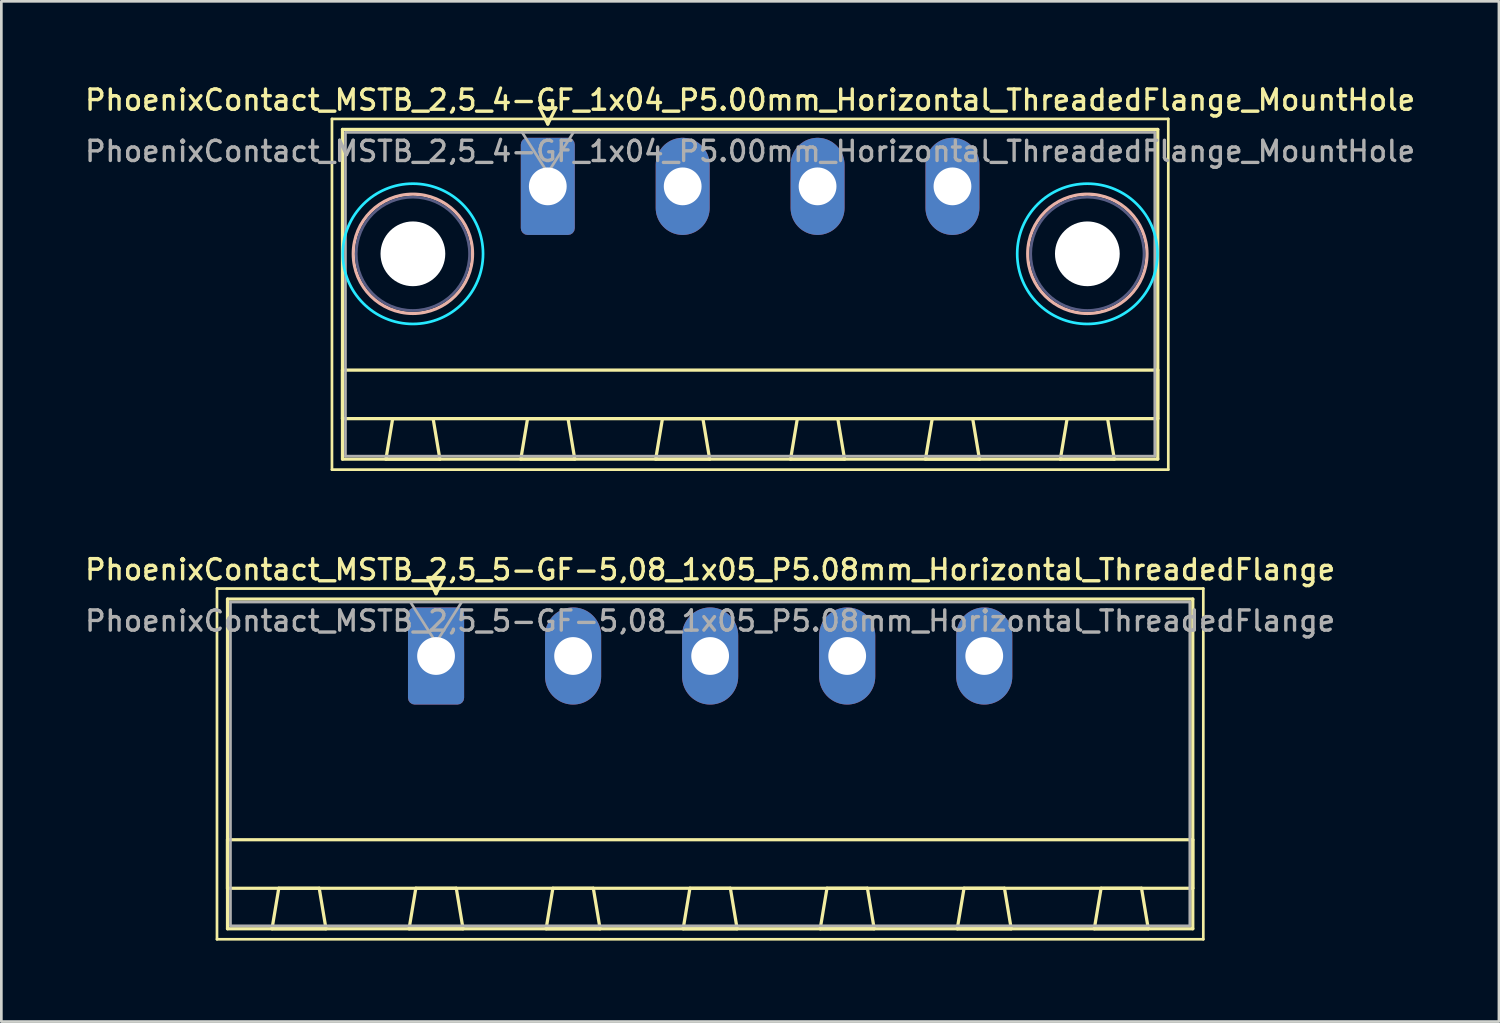
<source format=kicad_pcb>
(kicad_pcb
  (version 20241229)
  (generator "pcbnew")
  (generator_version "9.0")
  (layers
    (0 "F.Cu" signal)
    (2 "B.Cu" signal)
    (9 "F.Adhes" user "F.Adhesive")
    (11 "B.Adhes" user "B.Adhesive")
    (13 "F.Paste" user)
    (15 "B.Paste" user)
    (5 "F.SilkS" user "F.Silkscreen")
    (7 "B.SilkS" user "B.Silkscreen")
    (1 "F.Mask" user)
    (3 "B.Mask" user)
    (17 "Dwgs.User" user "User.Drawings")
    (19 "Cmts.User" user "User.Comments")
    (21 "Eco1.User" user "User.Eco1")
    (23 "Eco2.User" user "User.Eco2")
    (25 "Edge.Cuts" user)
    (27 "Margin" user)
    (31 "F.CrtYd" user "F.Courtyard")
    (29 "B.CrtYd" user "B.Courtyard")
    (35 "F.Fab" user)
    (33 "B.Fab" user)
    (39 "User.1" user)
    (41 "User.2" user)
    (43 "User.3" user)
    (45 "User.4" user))
  (footprint "PhoenixContact_MSTB_2,5_4-GF_1x04_P5.00mm_Horizontal_ThreadedFlange_MountHole"
    (layer "F.Cu")
    (at 17.255 3.858)
    (property "Reference" "PhoenixContact_MSTB_2,5_4-GF_1x04_P5.00mm_Horizontal_ThreadedFlange_MountHole" (at 7.5 -3.2 0) (layer "F.SilkS") (effects (font (size 0.75 0.75) (thickness 0.125))))
    (attr through_hole)
    (fp_line (start -8 -2.5) (end -8 10.5) (stroke (width 0.1) (type solid)) (layer "F.SilkS"))
    (fp_line (start -8 10.5) (end 23 10.5) (stroke (width 0.1) (type solid)) (layer "F.SilkS"))
    (fp_line (start -7.61 -2.11) (end -7.61 10.11) (stroke (width 0.12) (type solid)) (layer "F.SilkS"))
    (fp_line (start -7.61 6.81) (end 22.61 6.81) (stroke (width 0.12) (type solid)) (layer "F.SilkS"))
    (fp_line (start -7.61 8.61) (end -7.61 6.81) (stroke (width 0.12) (type solid)) (layer "F.SilkS"))
    (fp_line (start -7.61 10.11) (end 22.61 10.11) (stroke (width 0.12) (type solid)) (layer "F.SilkS"))
    (fp_line (start -6 10.11) (end -4 10.11) (stroke (width 0.12) (type solid)) (layer "F.SilkS"))
    (fp_line (start -5.75 8.61) (end -6 10.11) (stroke (width 0.12) (type solid)) (layer "F.SilkS"))
    (fp_line (start -4.25 8.61) (end -5.75 8.61) (stroke (width 0.12) (type solid)) (layer "F.SilkS"))
    (fp_line (start -4 10.11) (end -4.25 8.61) (stroke (width 0.12) (type solid)) (layer "F.SilkS"))
    (fp_line (start -1 10.11) (end 1 10.11) (stroke (width 0.12) (type solid)) (layer "F.SilkS"))
    (fp_line (start -0.75 8.61) (end -1 10.11) (stroke (width 0.12) (type solid)) (layer "F.SilkS"))
    (fp_line (start -0.3 -2.91) (end 0.3 -2.91) (stroke (width 0.12) (type solid)) (layer "F.SilkS"))
    (fp_line (start 0 -2.31) (end -0.3 -2.91) (stroke (width 0.12) (type solid)) (layer "F.SilkS"))
    (fp_line (start 0.3 -2.91) (end 0 -2.31) (stroke (width 0.12) (type solid)) (layer "F.SilkS"))
    (fp_line (start 0.75 8.61) (end -0.75 8.61) (stroke (width 0.12) (type solid)) (layer "F.SilkS"))
    (fp_line (start 1 10.11) (end 0.75 8.61) (stroke (width 0.12) (type solid)) (layer "F.SilkS"))
    (fp_line (start 4 10.11) (end 6 10.11) (stroke (width 0.12) (type solid)) (layer "F.SilkS"))
    (fp_line (start 4.25 8.61) (end 4 10.11) (stroke (width 0.12) (type solid)) (layer "F.SilkS"))
    (fp_line (start 5.75 8.61) (end 4.25 8.61) (stroke (width 0.12) (type solid)) (layer "F.SilkS"))
    (fp_line (start 6 10.11) (end 5.75 8.61) (stroke (width 0.12) (type solid)) (layer "F.SilkS"))
    (fp_line (start 9 10.11) (end 11 10.11) (stroke (width 0.12) (type solid)) (layer "F.SilkS"))
    (fp_line (start 9.25 8.61) (end 9 10.11) (stroke (width 0.12) (type solid)) (layer "F.SilkS"))
    (fp_line (start 10.75 8.61) (end 9.25 8.61) (stroke (width 0.12) (type solid)) (layer "F.SilkS"))
    (fp_line (start 11 10.11) (end 10.75 8.61) (stroke (width 0.12) (type solid)) (layer "F.SilkS"))
    (fp_line (start 14 10.11) (end 16 10.11) (stroke (width 0.12) (type solid)) (layer "F.SilkS"))
    (fp_line (start 14.25 8.61) (end 14 10.11) (stroke (width 0.12) (type solid)) (layer "F.SilkS"))
    (fp_line (start 15.75 8.61) (end 14.25 8.61) (stroke (width 0.12) (type solid)) (layer "F.SilkS"))
    (fp_line (start 16 10.11) (end 15.75 8.61) (stroke (width 0.12) (type solid)) (layer "F.SilkS"))
    (fp_line (start 19 10.11) (end 21 10.11) (stroke (width 0.12) (type solid)) (layer "F.SilkS"))
    (fp_line (start 19.25 8.61) (end 19 10.11) (stroke (width 0.12) (type solid)) (layer "F.SilkS"))
    (fp_line (start 20.75 8.61) (end 19.25 8.61) (stroke (width 0.12) (type solid)) (layer "F.SilkS"))
    (fp_line (start 21 10.11) (end 20.75 8.61) (stroke (width 0.12) (type solid)) (layer "F.SilkS"))
    (fp_line (start 22.61 -2.11) (end -7.61 -2.11) (stroke (width 0.12) (type solid)) (layer "F.SilkS"))
    (fp_line (start 22.61 6.81) (end 22.61 8.61) (stroke (width 0.12) (type solid)) (layer "F.SilkS"))
    (fp_line (start 22.61 8.61) (end -7.61 8.61) (stroke (width 0.12) (type solid)) (layer "F.SilkS"))
    (fp_line (start 22.61 10.11) (end 22.61 -2.11) (stroke (width 0.12) (type solid)) (layer "F.SilkS"))
    (fp_line (start 23 -2.5) (end -8 -2.5) (stroke (width 0.1) (type solid)) (layer "F.SilkS"))
    (fp_line (start 23 10.5) (end 23 -2.5) (stroke (width 0.1) (type solid)) (layer "F.SilkS"))
    (fp_circle (center -5 2.5) (end -2.79 2.5) (stroke (width 0.12) (type solid)) (fill no) (layer "B.SilkS"))
    (fp_circle (center 20 2.5) (end 22.21 2.5) (stroke (width 0.12) (type solid)) (fill no) (layer "B.SilkS"))
    (fp_circle (center -5 2.5) (end -2.4 2.5) (stroke (width 0.1) (type solid)) (fill no) (layer "B.CrtYd"))
    (fp_circle (center 20 2.5) (end 22.6 2.5) (stroke (width 0.1) (type solid)) (fill no) (layer "B.CrtYd"))
    (fp_circle (center -5 2.5) (end -2.9 2.5) (stroke (width 0.1) (type solid)) (fill no) (layer "B.Fab"))
    (fp_circle (center 20 2.5) (end 22.1 2.5) (stroke (width 0.1) (type solid)) (fill no) (layer "B.Fab"))
    (fp_line (start -7.5 -2) (end -7.5 10) (stroke (width 0.1) (type solid)) (layer "F.Fab"))
    (fp_line (start -7.5 10) (end 22.5 10) (stroke (width 0.1) (type solid)) (layer "F.Fab"))
    (fp_line (start 0 -0.5) (end -0.95 -2) (stroke (width 0.1) (type solid)) (layer "F.Fab"))
    (fp_line (start 0.95 -2) (end 0 -0.5) (stroke (width 0.1) (type solid)) (layer "F.Fab"))
    (fp_line (start 22.5 -2) (end -7.5 -2) (stroke (width 0.1) (type solid)) (layer "F.Fab"))
    (fp_line (start 22.5 10) (end 22.5 -2) (stroke (width 0.1) (type solid)) (layer "F.Fab"))
    (fp_text user "${REFERENCE}" (at 7.5 -1.3 0) (layer "F.Fab") (effects (font (size 0.75 0.75) (thickness 0.125))))
    (pad "" np_thru_hole circle (at -5 2.5) (size 2.4 2.4) (drill 2.4) (layers "*.Cu" "*.Mask"))
    (pad "" np_thru_hole circle (at 20 2.5) (size 2.4 2.4) (drill 2.4) (layers "*.Cu" "*.Mask"))
    (pad "1" thru_hole roundrect (at 0 0) (size 2 3.6) (drill 1.4) (layers "*.Cu" "*.Mask") (roundrect_rratio 0.125))
    (pad "2" thru_hole oval (at 5 0) (size 2 3.6) (drill 1.4) (layers "*.Cu" "*.Mask"))
    (pad "3" thru_hole oval (at 10 0) (size 2 3.6) (drill 1.4) (layers "*.Cu" "*.Mask"))
    (pad "4" thru_hole oval (at 15 0) (size 2 3.6) (drill 1.4) (layers "*.Cu" "*.Mask")))
  (footprint "PhoenixContact_MSTB_2,5_5-GF-5,08_1x05_P5.08mm_Horizontal_ThreadedFlange"
    (layer "F.Cu")
    (at 13.113 21.266)
    (property "Reference" "PhoenixContact_MSTB_2,5_5-GF-5,08_1x05_P5.08mm_Horizontal_ThreadedFlange" (at 10.16 -3.2 0) (layer "F.SilkS") (effects (font (size 0.75 0.75) (thickness 0.125))))
    (attr through_hole)
    (fp_line (start -8.12 -2.5) (end -8.12 10.5) (stroke (width 0.1) (type solid)) (layer "F.SilkS"))
    (fp_line (start -8.12 10.5) (end 28.44 10.5) (stroke (width 0.1) (type solid)) (layer "F.SilkS"))
    (fp_line (start -7.73 -2.11) (end -7.73 10.11) (stroke (width 0.12) (type solid)) (layer "F.SilkS"))
    (fp_line (start -7.73 6.81) (end 28.05 6.81) (stroke (width 0.12) (type solid)) (layer "F.SilkS"))
    (fp_line (start -7.73 8.61) (end -7.73 6.81) (stroke (width 0.12) (type solid)) (layer "F.SilkS"))
    (fp_line (start -7.73 10.11) (end 28.05 10.11) (stroke (width 0.12) (type solid)) (layer "F.SilkS"))
    (fp_line (start -6.08 10.11) (end -4.08 10.11) (stroke (width 0.12) (type solid)) (layer "F.SilkS"))
    (fp_line (start -5.83 8.61) (end -6.08 10.11) (stroke (width 0.12) (type solid)) (layer "F.SilkS"))
    (fp_line (start -4.33 8.61) (end -5.83 8.61) (stroke (width 0.12) (type solid)) (layer "F.SilkS"))
    (fp_line (start -4.08 10.11) (end -4.33 8.61) (stroke (width 0.12) (type solid)) (layer "F.SilkS"))
    (fp_line (start -1 10.11) (end 1 10.11) (stroke (width 0.12) (type solid)) (layer "F.SilkS"))
    (fp_line (start -0.75 8.61) (end -1 10.11) (stroke (width 0.12) (type solid)) (layer "F.SilkS"))
    (fp_line (start -0.3 -2.91) (end 0.3 -2.91) (stroke (width 0.12) (type solid)) (layer "F.SilkS"))
    (fp_line (start 0 -2.31) (end -0.3 -2.91) (stroke (width 0.12) (type solid)) (layer "F.SilkS"))
    (fp_line (start 0.3 -2.91) (end 0 -2.31) (stroke (width 0.12) (type solid)) (layer "F.SilkS"))
    (fp_line (start 0.75 8.61) (end -0.75 8.61) (stroke (width 0.12) (type solid)) (layer "F.SilkS"))
    (fp_line (start 1 10.11) (end 0.75 8.61) (stroke (width 0.12) (type solid)) (layer "F.SilkS"))
    (fp_line (start 4.08 10.11) (end 6.08 10.11) (stroke (width 0.12) (type solid)) (layer "F.SilkS"))
    (fp_line (start 4.33 8.61) (end 4.08 10.11) (stroke (width 0.12) (type solid)) (layer "F.SilkS"))
    (fp_line (start 5.83 8.61) (end 4.33 8.61) (stroke (width 0.12) (type solid)) (layer "F.SilkS"))
    (fp_line (start 6.08 10.11) (end 5.83 8.61) (stroke (width 0.12) (type solid)) (layer "F.SilkS"))
    (fp_line (start 9.16 10.11) (end 11.16 10.11) (stroke (width 0.12) (type solid)) (layer "F.SilkS"))
    (fp_line (start 9.41 8.61) (end 9.16 10.11) (stroke (width 0.12) (type solid)) (layer "F.SilkS"))
    (fp_line (start 10.91 8.61) (end 9.41 8.61) (stroke (width 0.12) (type solid)) (layer "F.SilkS"))
    (fp_line (start 11.16 10.11) (end 10.91 8.61) (stroke (width 0.12) (type solid)) (layer "F.SilkS"))
    (fp_line (start 14.24 10.11) (end 16.24 10.11) (stroke (width 0.12) (type solid)) (layer "F.SilkS"))
    (fp_line (start 14.49 8.61) (end 14.24 10.11) (stroke (width 0.12) (type solid)) (layer "F.SilkS"))
    (fp_line (start 15.99 8.61) (end 14.49 8.61) (stroke (width 0.12) (type solid)) (layer "F.SilkS"))
    (fp_line (start 16.24 10.11) (end 15.99 8.61) (stroke (width 0.12) (type solid)) (layer "F.SilkS"))
    (fp_line (start 19.32 10.11) (end 21.32 10.11) (stroke (width 0.12) (type solid)) (layer "F.SilkS"))
    (fp_line (start 19.57 8.61) (end 19.32 10.11) (stroke (width 0.12) (type solid)) (layer "F.SilkS"))
    (fp_line (start 21.07 8.61) (end 19.57 8.61) (stroke (width 0.12) (type solid)) (layer "F.SilkS"))
    (fp_line (start 21.32 10.11) (end 21.07 8.61) (stroke (width 0.12) (type solid)) (layer "F.SilkS"))
    (fp_line (start 24.4 10.11) (end 26.4 10.11) (stroke (width 0.12) (type solid)) (layer "F.SilkS"))
    (fp_line (start 24.65 8.61) (end 24.4 10.11) (stroke (width 0.12) (type solid)) (layer "F.SilkS"))
    (fp_line (start 26.15 8.61) (end 24.65 8.61) (stroke (width 0.12) (type solid)) (layer "F.SilkS"))
    (fp_line (start 26.4 10.11) (end 26.15 8.61) (stroke (width 0.12) (type solid)) (layer "F.SilkS"))
    (fp_line (start 28.05 -2.11) (end -7.73 -2.11) (stroke (width 0.12) (type solid)) (layer "F.SilkS"))
    (fp_line (start 28.05 6.81) (end 28.05 8.61) (stroke (width 0.12) (type solid)) (layer "F.SilkS"))
    (fp_line (start 28.05 8.61) (end -7.73 8.61) (stroke (width 0.12) (type solid)) (layer "F.SilkS"))
    (fp_line (start 28.05 10.11) (end 28.05 -2.11) (stroke (width 0.12) (type solid)) (layer "F.SilkS"))
    (fp_line (start 28.44 -2.5) (end -8.12 -2.5) (stroke (width 0.1) (type solid)) (layer "F.SilkS"))
    (fp_line (start 28.44 10.5) (end 28.44 -2.5) (stroke (width 0.1) (type solid)) (layer "F.SilkS"))
    (fp_line (start -7.62 -2) (end -7.62 10) (stroke (width 0.1) (type solid)) (layer "F.Fab"))
    (fp_line (start -7.62 10) (end 27.94 10) (stroke (width 0.1) (type solid)) (layer "F.Fab"))
    (fp_line (start 0 -0.5) (end -0.95 -2) (stroke (width 0.1) (type solid)) (layer "F.Fab"))
    (fp_line (start 0.95 -2) (end 0 -0.5) (stroke (width 0.1) (type solid)) (layer "F.Fab"))
    (fp_line (start 27.94 -2) (end -7.62 -2) (stroke (width 0.1) (type solid)) (layer "F.Fab"))
    (fp_line (start 27.94 10) (end 27.94 -2) (stroke (width 0.1) (type solid)) (layer "F.Fab"))
    (fp_text user "${REFERENCE}" (at 10.16 -1.3 0) (layer "F.Fab") (effects (font (size 0.75 0.75) (thickness 0.125))))
    (pad "1" thru_hole roundrect (at 0 0) (size 2.08 3.6) (drill 1.4) (layers "*.Cu" "*.Mask") (roundrect_rratio 0.12))
    (pad "2" thru_hole oval (at 5.08 0) (size 2.08 3.6) (drill 1.4) (layers "*.Cu" "*.Mask"))
    (pad "3" thru_hole oval (at 10.16 0) (size 2.08 3.6) (drill 1.4) (layers "*.Cu" "*.Mask"))
    (pad "4" thru_hole oval (at 15.24 0) (size 2.08 3.6) (drill 1.4) (layers "*.Cu" "*.Mask"))
    (pad "5" thru_hole oval (at 20.32 0) (size 2.08 3.6) (drill 1.4) (layers "*.Cu" "*.Mask")))
  (gr_rect
    (start -3 -3)
    (end 52.511 34.816)
    (stroke (width 0.1) (type default))
    (fill no)
    (layer "Edge.Cuts")))
</source>
